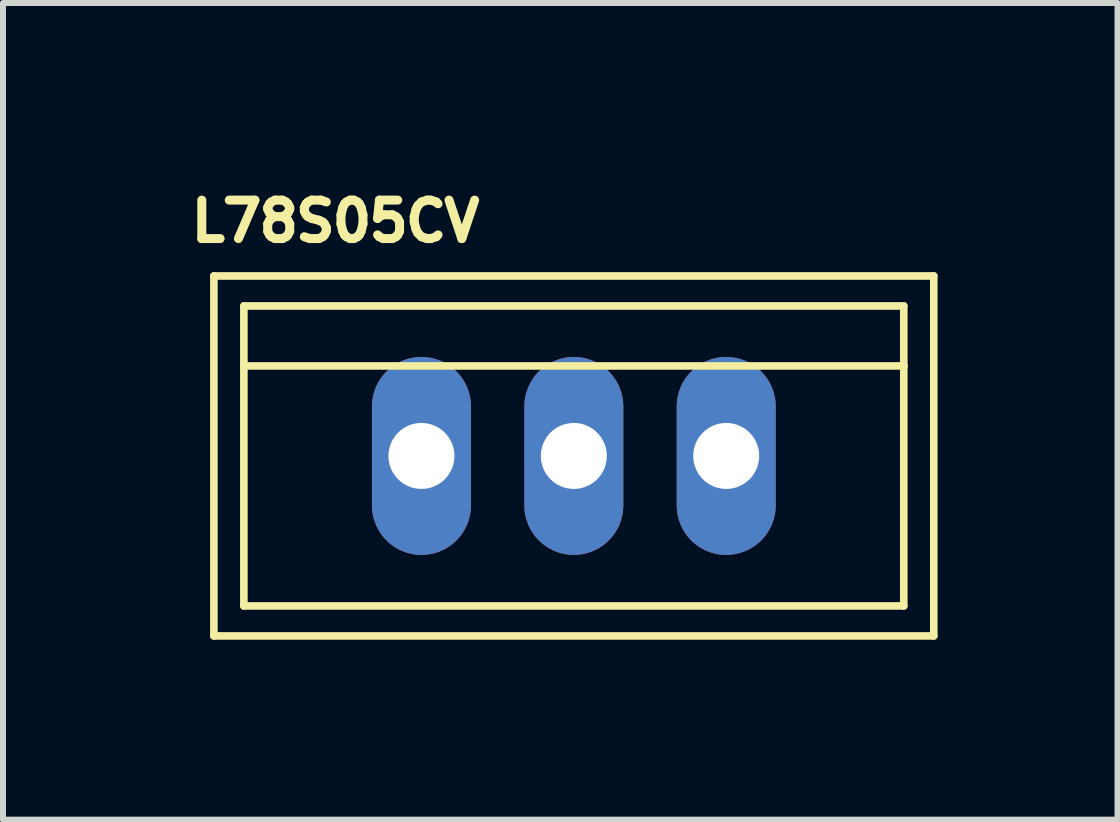
<source format=kicad_pcb>
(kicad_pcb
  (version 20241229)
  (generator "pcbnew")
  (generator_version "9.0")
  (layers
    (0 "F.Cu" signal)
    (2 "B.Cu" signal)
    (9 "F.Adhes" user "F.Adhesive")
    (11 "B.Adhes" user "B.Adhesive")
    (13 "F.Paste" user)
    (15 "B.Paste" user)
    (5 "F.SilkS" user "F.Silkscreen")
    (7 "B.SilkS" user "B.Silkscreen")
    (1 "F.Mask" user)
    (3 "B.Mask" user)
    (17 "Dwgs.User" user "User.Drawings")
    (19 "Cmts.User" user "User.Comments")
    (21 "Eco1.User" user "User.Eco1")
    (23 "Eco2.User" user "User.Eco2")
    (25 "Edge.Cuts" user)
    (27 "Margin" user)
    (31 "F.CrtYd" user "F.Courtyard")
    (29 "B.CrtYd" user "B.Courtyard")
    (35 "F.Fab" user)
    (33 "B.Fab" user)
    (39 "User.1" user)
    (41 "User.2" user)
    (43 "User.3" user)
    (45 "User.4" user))
  (footprint "L78S05CV"
    (layer "F.Cu")
    (at 6.515 4.55)
    (property "Reference" "L78S05CV" (at -3.973 -3.912 0) (layer "F.SilkS") (effects (font (size 0.641 0.641) (thickness 0.15))))
    (attr through_hole)
    (fp_line (start -6 -3) (end -6 3) (stroke (width 0.127) (type solid)) (layer "F.SilkS"))
    (fp_line (start -6 3) (end 6 3) (stroke (width 0.127) (type solid)) (layer "F.SilkS"))
    (fp_line (start -5.5 -2.5) (end -5.5 -1.5) (stroke (width 0.127) (type solid)) (layer "F.SilkS"))
    (fp_line (start -5.5 -1.5) (end -5.5 2.5) (stroke (width 0.127) (type solid)) (layer "F.SilkS"))
    (fp_line (start -5.5 -1.5) (end 5.5 -1.5) (stroke (width 0.127) (type solid)) (layer "F.SilkS"))
    (fp_line (start -5.5 2.5) (end 5.5 2.5) (stroke (width 0.127) (type solid)) (layer "F.SilkS"))
    (fp_line (start 5.5 -2.5) (end -5.5 -2.5) (stroke (width 0.127) (type solid)) (layer "F.SilkS"))
    (fp_line (start 5.5 -1.5) (end 5.5 -2.5) (stroke (width 0.127) (type solid)) (layer "F.SilkS"))
    (fp_line (start 5.5 2.5) (end 5.5 -1.5) (stroke (width 0.127) (type solid)) (layer "F.SilkS"))
    (fp_line (start 6 -3) (end -6 -3) (stroke (width 0.127) (type solid)) (layer "F.SilkS"))
    (fp_line (start 6 3) (end 6 -3) (stroke (width 0.127) (type solid)) (layer "F.SilkS"))
    (pad "1" thru_hole oval (at -2.54 0) (size 1.65 3.3) (drill 1.1) (layers "*.Cu" "*.Mask"))
    (pad "2" thru_hole oval (at 0 0) (size 1.65 3.3) (drill 1.1) (layers "*.Cu" "*.Mask"))
    (pad "3" thru_hole oval (at 2.54 0) (size 1.65 3.3) (drill 1.1) (layers "*.Cu" "*.Mask")))
  (gr_rect
    (start -3 -3)
    (end 15.578 10.613)
    (stroke (width 0.1) (type default))
    (fill no)
    (layer "Edge.Cuts")))
</source>
